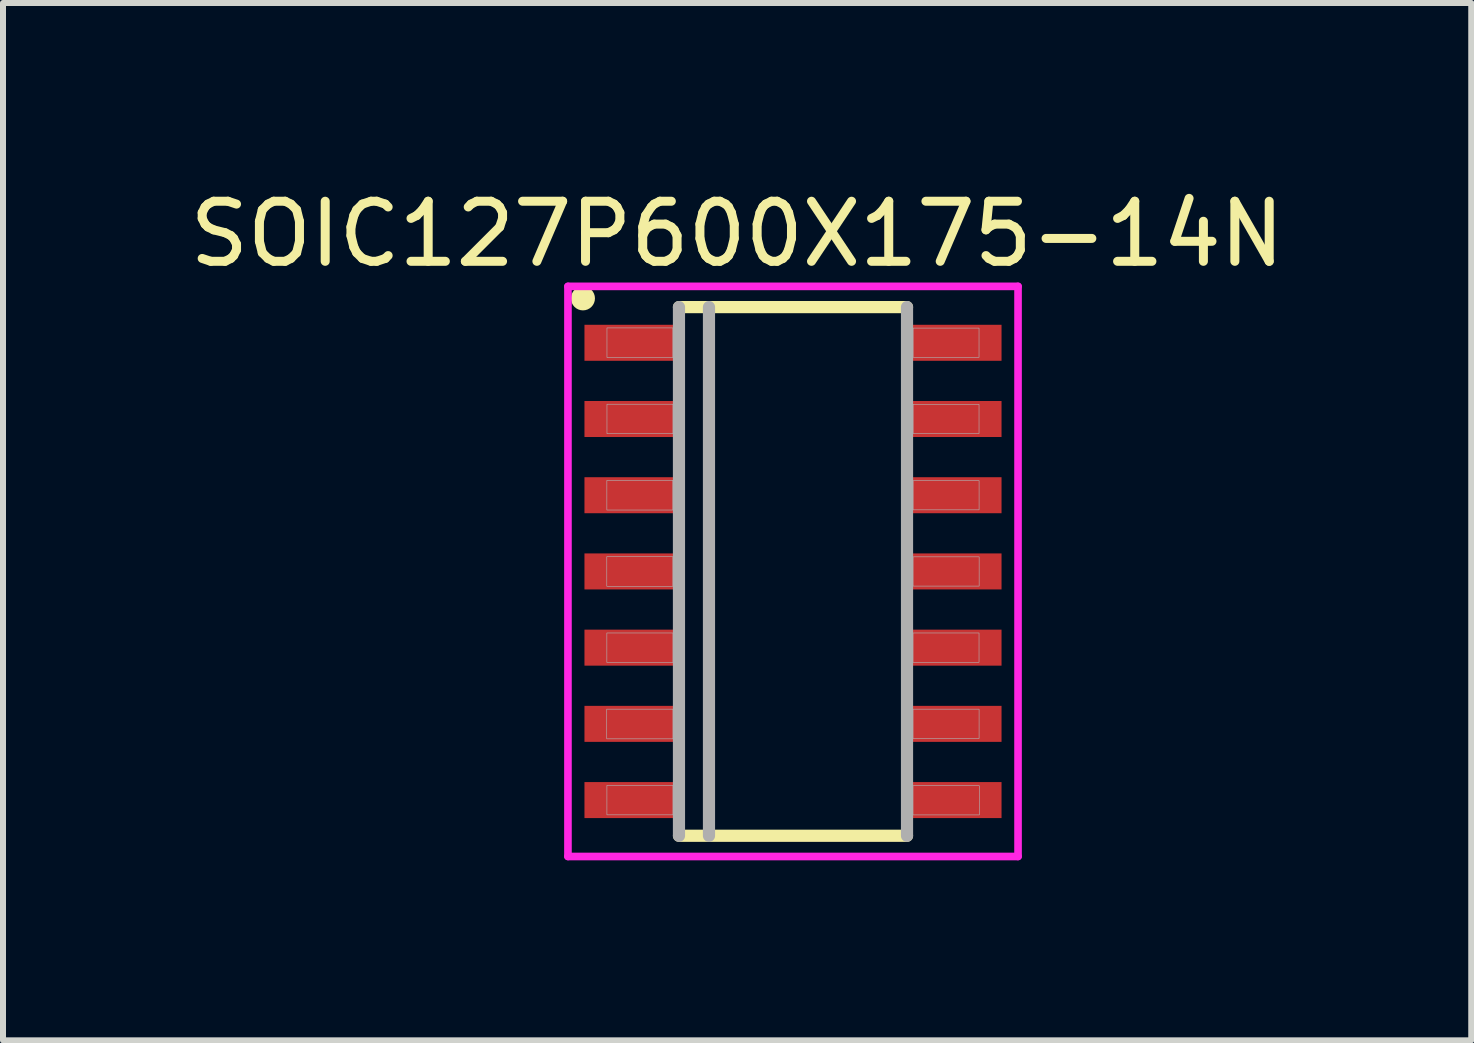
<source format=kicad_pcb>
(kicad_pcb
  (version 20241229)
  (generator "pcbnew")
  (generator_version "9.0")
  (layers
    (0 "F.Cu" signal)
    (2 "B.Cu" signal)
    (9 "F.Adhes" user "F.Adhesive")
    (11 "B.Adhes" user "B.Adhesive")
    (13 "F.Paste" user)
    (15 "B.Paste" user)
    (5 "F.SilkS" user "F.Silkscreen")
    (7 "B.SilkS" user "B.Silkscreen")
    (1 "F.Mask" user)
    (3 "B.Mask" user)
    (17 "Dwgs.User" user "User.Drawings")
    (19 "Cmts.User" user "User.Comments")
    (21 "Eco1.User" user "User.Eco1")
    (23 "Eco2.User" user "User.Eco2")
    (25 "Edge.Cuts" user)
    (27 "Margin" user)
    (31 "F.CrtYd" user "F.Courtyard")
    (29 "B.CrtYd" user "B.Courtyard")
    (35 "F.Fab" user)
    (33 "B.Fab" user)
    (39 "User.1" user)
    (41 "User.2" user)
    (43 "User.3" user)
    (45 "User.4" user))
  (footprint "SOIC127P600X175-14N"
    (layer "F.Cu")
    (at 10.164 6.472)
    (property "Reference" "SOIC127P600X175-14N" (at -0.931 -5.623 0) (layer "F.SilkS") (effects (font (size 1.001 1.001) (thickness 0.15))))
    (attr smd)
    (fp_line (start -1.9 -4.405) (end 1.9 -4.405) (stroke (width 0.203) (type solid)) (layer "F.SilkS"))
    (fp_line (start 1.9 4.405) (end -1.9 4.405) (stroke (width 0.203) (type solid)) (layer "F.SilkS"))
    (fp_circle (center -3.5 -4.55) (end -3.3 -4.55) (stroke (width 0) (type solid)) (fill yes) (layer "F.SilkS"))
    (fp_line (start -3.75 -4.75) (end 3.75 -4.75) (stroke (width 0.127) (type solid)) (layer "F.CrtYd"))
    (fp_line (start -3.75 4.75) (end -3.75 -4.75) (stroke (width 0.127) (type solid)) (layer "F.CrtYd"))
    (fp_line (start 3.75 -4.75) (end 3.75 4.75) (stroke (width 0.127) (type solid)) (layer "F.CrtYd"))
    (fp_line (start 3.75 4.75) (end -3.75 4.75) (stroke (width 0.127) (type solid)) (layer "F.CrtYd"))
    (fp_line (start -1.9 4.405) (end -1.9 -4.405) (stroke (width 0.203) (type solid)) (layer "F.Fab"))
    (fp_line (start -1.4 4.405) (end -1.4 -4.405) (stroke (width 0.203) (type solid)) (layer "F.Fab"))
    (fp_line (start 1.9 -4.405) (end 1.9 4.405) (stroke (width 0.203) (type solid)) (layer "F.Fab"))
    (fp_poly (pts (xy -2.003 -1.518) (xy -2.003 -1.023) (xy -3.102 -1.023) (xy -3.102 -1.518)) (stroke (width 0.01) (type solid)) (fill no) (layer "F.Fab"))
    (fp_poly (pts (xy -2.002 -4.058) (xy -2.002 -3.565) (xy -3.1 -3.565) (xy -3.1 -4.058)) (stroke (width 0.01) (type solid)) (fill no) (layer "F.Fab"))
    (fp_poly (pts (xy -2.002 -0.247) (xy -2.002 0.248) (xy -3.103 0.248) (xy -3.103 -0.247)) (stroke (width 0.01) (type solid)) (fill no) (layer "F.Fab"))
    (fp_poly (pts (xy -2 -2.786) (xy -2 -2.295) (xy -3.1 -2.295) (xy -3.1 -2.786)) (stroke (width 0.01) (type solid)) (fill no) (layer "F.Fab"))
    (fp_poly (pts (xy -2 1.025) (xy -2 1.517) (xy -3.102 1.517) (xy -3.102 1.025)) (stroke (width 0.01) (type solid)) (fill no) (layer "F.Fab"))
    (fp_poly (pts (xy -2 3.565) (xy -2 4.056) (xy -3.101 4.056) (xy -3.101 3.565)) (stroke (width 0.01) (type solid)) (fill no) (layer "F.Fab"))
    (fp_poly (pts (xy -2 2.295) (xy -2 2.789) (xy -3.104 2.789) (xy -3.104 2.295)) (stroke (width 0.01) (type solid)) (fill no) (layer "F.Fab"))
    (fp_poly (pts (xy 3.1 -4.055) (xy 3.1 -3.567) (xy 2.002 -3.567) (xy 2.002 -4.055)) (stroke (width 0.01) (type solid)) (fill no) (layer "F.Fab"))
    (fp_poly (pts (xy 3.1 -2.785) (xy 3.1 -2.297) (xy 2.002 -2.297) (xy 2.002 -2.785)) (stroke (width 0.01) (type solid)) (fill no) (layer "F.Fab"))
    (fp_poly (pts (xy 3.1 1.025) (xy 3.1 1.515) (xy 2 1.515) (xy 2 1.025)) (stroke (width 0.01) (type solid)) (fill no) (layer "F.Fab"))
    (fp_poly (pts (xy 3.101 2.295) (xy 3.101 2.785) (xy 2 2.785) (xy 2 2.295)) (stroke (width 0.01) (type solid)) (fill no) (layer "F.Fab"))
    (fp_poly (pts (xy 3.101 -1.514) (xy 3.101 -1.026) (xy 2.002 -1.026) (xy 2.002 -1.514)) (stroke (width 0.01) (type solid)) (fill no) (layer "F.Fab"))
    (fp_poly (pts (xy 3.102 -0.243) (xy 3.102 0.244) (xy 2.001 0.244) (xy 2.001 -0.243)) (stroke (width 0.01) (type solid)) (fill no) (layer "F.Fab"))
    (fp_poly (pts (xy 3.105 3.57) (xy 3.105 4.057) (xy 1.999 4.057) (xy 1.999 3.57)) (stroke (width 0.01) (type solid)) (fill no) (layer "F.Fab"))
    (pad "1" smd rect (at -2.7 -3.81) (size 1.55 0.6) (layers "F.Cu" "F.Mask" "F.Paste"))
    (pad "2" smd rect (at -2.7 -2.54) (size 1.55 0.6) (layers "F.Cu" "F.Mask" "F.Paste"))
    (pad "3" smd rect (at -2.7 -1.27) (size 1.55 0.6) (layers "F.Cu" "F.Mask" "F.Paste"))
    (pad "4" smd rect (at -2.7 0) (size 1.55 0.6) (layers "F.Cu" "F.Mask" "F.Paste"))
    (pad "5" smd rect (at -2.7 1.27) (size 1.55 0.6) (layers "F.Cu" "F.Mask" "F.Paste"))
    (pad "6" smd rect (at -2.7 2.54) (size 1.55 0.6) (layers "F.Cu" "F.Mask" "F.Paste"))
    (pad "7" smd rect (at -2.7 3.81) (size 1.55 0.6) (layers "F.Cu" "F.Mask" "F.Paste"))
    (pad "8" smd rect (at 2.7 3.81) (size 1.55 0.6) (layers "F.Cu" "F.Mask" "F.Paste"))
    (pad "9" smd rect (at 2.7 2.54) (size 1.55 0.6) (layers "F.Cu" "F.Mask" "F.Paste"))
    (pad "10" smd rect (at 2.7 1.27) (size 1.55 0.6) (layers "F.Cu" "F.Mask" "F.Paste"))
    (pad "11" smd rect (at 2.7 0) (size 1.55 0.6) (layers "F.Cu" "F.Mask" "F.Paste"))
    (pad "12" smd rect (at 2.7 -1.27) (size 1.55 0.6) (layers "F.Cu" "F.Mask" "F.Paste"))
    (pad "13" smd rect (at 2.7 -2.54) (size 1.55 0.6) (layers "F.Cu" "F.Mask" "F.Paste"))
    (pad "14" smd rect (at 2.7 -3.81) (size 1.55 0.6) (layers "F.Cu" "F.Mask" "F.Paste")))
  (gr_rect
    (start -3 -3)
    (end 21.466 14.285)
    (stroke (width 0.1) (type default))
    (fill no)
    (layer "Edge.Cuts")))
</source>
